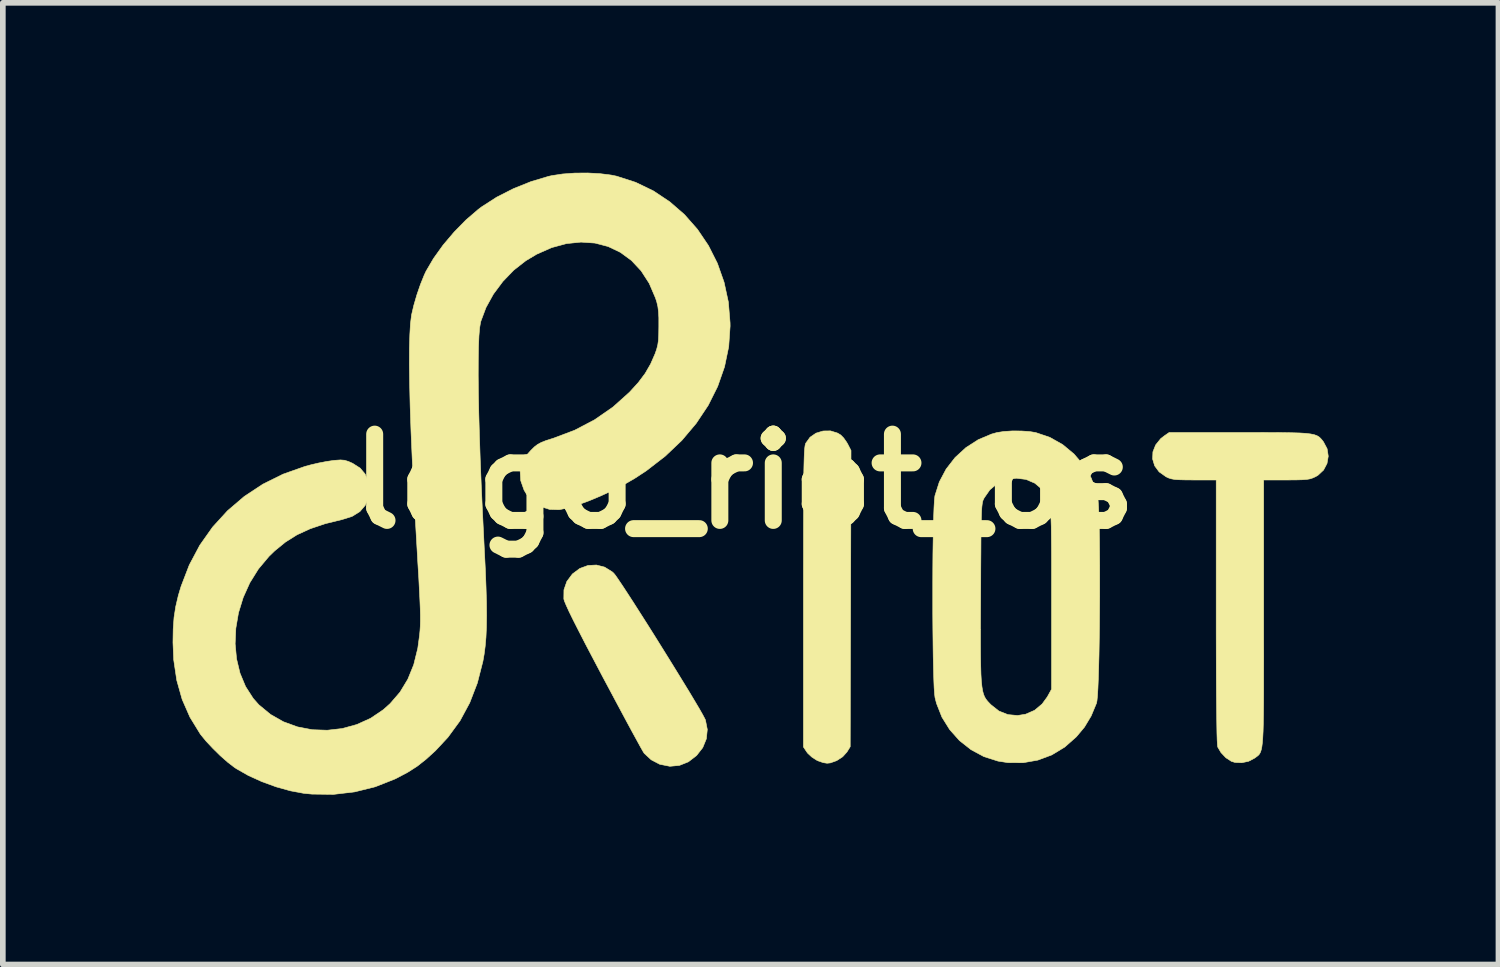
<source format=kicad_pcb>
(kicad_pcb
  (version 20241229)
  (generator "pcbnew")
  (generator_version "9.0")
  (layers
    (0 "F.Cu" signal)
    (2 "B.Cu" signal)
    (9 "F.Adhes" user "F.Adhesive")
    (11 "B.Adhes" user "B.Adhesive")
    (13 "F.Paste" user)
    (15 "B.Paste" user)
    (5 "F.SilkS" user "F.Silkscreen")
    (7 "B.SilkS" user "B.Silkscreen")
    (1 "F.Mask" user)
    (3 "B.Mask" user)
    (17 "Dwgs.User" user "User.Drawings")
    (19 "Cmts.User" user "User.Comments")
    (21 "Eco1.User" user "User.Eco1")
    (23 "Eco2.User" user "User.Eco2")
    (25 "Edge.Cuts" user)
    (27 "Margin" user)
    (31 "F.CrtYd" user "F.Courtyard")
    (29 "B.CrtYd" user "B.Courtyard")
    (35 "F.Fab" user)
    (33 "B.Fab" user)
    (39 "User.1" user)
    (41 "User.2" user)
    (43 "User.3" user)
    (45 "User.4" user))
  (footprint "logo_riot_os"
    (layer "F.Cu")
    (at 10.099 5.452)
    (property "Reference" "logo_riot_os" (at 0 0 0) (layer "F.SilkS") (effects (font (size 1.524 1.524) (thickness 0.3))))
    (attr through_hole)
    (fp_poly (pts (xy 1.644 -0.853) (xy 1.7 -0.819) (xy 1.751 -0.767) (xy 1.804 -0.692) (xy 1.823 -0.659) (xy 1.881 -0.546) (xy 1.874 2.07) (xy 1.867 4.686) (xy 1.809 4.78) (xy 1.733 4.864) (xy 1.628 4.932) (xy 1.516 4.972) (xy 1.458 4.978) (xy 1.39 4.967) (xy 1.305 4.938) (xy 1.269 4.921) (xy 1.188 4.868) (xy 1.117 4.802) (xy 1.099 4.778) (xy 1.041 4.691) (xy 1.041 2.051) (xy 1.041 1.624) (xy 1.042 1.245) (xy 1.042 0.91) (xy 1.043 0.618) (xy 1.044 0.365) (xy 1.045 0.148) (xy 1.046 -0.036) (xy 1.048 -0.19) (xy 1.051 -0.316) (xy 1.054 -0.418) (xy 1.057 -0.498) (xy 1.061 -0.56) (xy 1.066 -0.606) (xy 1.071 -0.639) (xy 1.077 -0.662) (xy 1.083 -0.676) (xy 1.158 -0.78) (xy 1.263 -0.852) (xy 1.387 -0.89) (xy 1.518 -0.892) (xy 1.644 -0.853)) (stroke (width 0.01) (type solid)) (fill yes) (layer "F.SilkS"))
    (fp_poly (pts (xy -2.471 1.514) (xy -2.337 1.597) (xy -2.31 1.621) (xy -2.279 1.659) (xy -2.226 1.736) (xy -2.152 1.846) (xy -2.061 1.985) (xy -1.956 2.147) (xy -1.84 2.329) (xy -1.715 2.525) (xy -1.586 2.73) (xy -1.455 2.94) (xy -1.325 3.149) (xy -1.199 3.353) (xy -1.08 3.547) (xy -0.971 3.725) (xy -0.876 3.884) (xy -0.797 4.017) (xy -0.738 4.121) (xy -0.701 4.191) (xy -0.69 4.214) (xy -0.657 4.382) (xy -0.674 4.547) (xy -0.738 4.703) (xy -0.847 4.842) (xy -0.991 4.953) (xy -1.149 5.016) (xy -1.318 5.032) (xy -1.492 4.997) (xy -1.502 4.994) (xy -1.648 4.917) (xy -1.769 4.805) (xy -1.776 4.796) (xy -1.796 4.763) (xy -1.838 4.689) (xy -1.898 4.579) (xy -1.976 4.437) (xy -2.068 4.267) (xy -2.172 4.073) (xy -2.286 3.86) (xy -2.408 3.631) (xy -2.499 3.461) (xy -2.666 3.144) (xy -2.81 2.87) (xy -2.929 2.638) (xy -3.026 2.447) (xy -3.1 2.296) (xy -3.151 2.184) (xy -3.182 2.109) (xy -3.191 2.076) (xy -3.189 1.916) (xy -3.138 1.768) (xy -3.04 1.636) (xy -3.039 1.635) (xy -2.909 1.538) (xy -2.765 1.485) (xy -2.616 1.477) (xy -2.471 1.514)) (stroke (width 0.01) (type solid)) (fill yes) (layer "F.SilkS"))
    (fp_poly (pts (xy 8.742 -0.864) (xy 9.039 -0.864) (xy 9.289 -0.863) (xy 9.497 -0.862) (xy 9.668 -0.859) (xy 9.805 -0.855) (xy 9.914 -0.848) (xy 9.997 -0.838) (xy 10.061 -0.825) (xy 10.109 -0.808) (xy 10.145 -0.787) (xy 10.174 -0.761) (xy 10.201 -0.73) (xy 10.225 -0.699) (xy 10.29 -0.576) (xy 10.31 -0.445) (xy 10.288 -0.316) (xy 10.227 -0.2) (xy 10.127 -0.107) (xy 10.085 -0.083) (xy 10.037 -0.061) (xy 9.989 -0.045) (xy 9.931 -0.035) (xy 9.852 -0.029) (xy 9.744 -0.026) (xy 9.596 -0.025) (xy 9.57 -0.025) (xy 9.169 -0.025) (xy 9.169 2.325) (xy 9.169 2.732) (xy 9.17 3.091) (xy 9.169 3.405) (xy 9.169 3.678) (xy 9.168 3.912) (xy 9.166 4.111) (xy 9.163 4.278) (xy 9.159 4.416) (xy 9.153 4.529) (xy 9.146 4.618) (xy 9.137 4.688) (xy 9.126 4.741) (xy 9.113 4.781) (xy 9.098 4.81) (xy 9.08 4.833) (xy 9.059 4.851) (xy 9.035 4.869) (xy 9.009 4.888) (xy 9.007 4.889) (xy 8.904 4.943) (xy 8.782 4.969) (xy 8.663 4.964) (xy 8.598 4.944) (xy 8.501 4.88) (xy 8.415 4.789) (xy 8.358 4.692) (xy 8.358 4.691) (xy 8.353 4.654) (xy 8.348 4.571) (xy 8.344 4.442) (xy 8.341 4.266) (xy 8.338 4.043) (xy 8.335 3.773) (xy 8.333 3.454) (xy 8.332 3.085) (xy 8.331 2.667) (xy 8.331 2.297) (xy 8.331 -0.025) (xy 7.943 -0.025) (xy 7.791 -0.026) (xy 7.68 -0.029) (xy 7.599 -0.034) (xy 7.54 -0.045) (xy 7.491 -0.06) (xy 7.444 -0.082) (xy 7.443 -0.083) (xy 7.323 -0.168) (xy 7.244 -0.275) (xy 7.208 -0.395) (xy 7.213 -0.521) (xy 7.261 -0.643) (xy 7.351 -0.755) (xy 7.417 -0.806) (xy 7.501 -0.864) (xy 8.742 -0.864)) (stroke (width 0.01) (type solid)) (fill yes) (layer "F.SilkS"))
    (fp_poly (pts (xy 4.888 -0.89) (xy 5.037 -0.88) (xy 5.144 -0.862) (xy 5.392 -0.778) (xy 5.619 -0.65) (xy 5.819 -0.484) (xy 5.989 -0.286) (xy 6.123 -0.061) (xy 6.216 0.187) (xy 6.237 0.277) (xy 6.246 0.346) (xy 6.253 0.459) (xy 6.26 0.61) (xy 6.265 0.794) (xy 6.269 1.006) (xy 6.271 1.24) (xy 6.273 1.491) (xy 6.273 1.755) (xy 6.273 2.025) (xy 6.271 2.296) (xy 6.269 2.563) (xy 6.265 2.821) (xy 6.261 3.064) (xy 6.255 3.287) (xy 6.249 3.485) (xy 6.242 3.653) (xy 6.234 3.785) (xy 6.225 3.875) (xy 6.217 3.916) (xy 6.122 4.144) (xy 6.004 4.34) (xy 5.86 4.512) (xy 5.655 4.693) (xy 5.427 4.831) (xy 5.18 4.923) (xy 4.919 4.969) (xy 4.651 4.967) (xy 4.477 4.94) (xy 4.228 4.861) (xy 4 4.738) (xy 3.797 4.578) (xy 3.624 4.384) (xy 3.487 4.164) (xy 3.391 3.921) (xy 3.365 3.819) (xy 3.357 3.753) (xy 3.349 3.642) (xy 3.343 3.491) (xy 3.338 3.307) (xy 3.333 3.093) (xy 3.33 2.868) (xy 4.168 2.868) (xy 4.169 3.081) (xy 4.172 3.259) (xy 4.176 3.406) (xy 4.183 3.525) (xy 4.193 3.621) (xy 4.205 3.697) (xy 4.221 3.757) (xy 4.24 3.805) (xy 4.264 3.845) (xy 4.292 3.881) (xy 4.325 3.917) (xy 4.354 3.946) (xy 4.493 4.056) (xy 4.652 4.119) (xy 4.822 4.135) (xy 4.965 4.112) (xy 5.123 4.043) (xy 5.256 3.932) (xy 5.348 3.806) (xy 5.423 3.67) (xy 5.423 2.057) (xy 5.423 1.719) (xy 5.423 1.428) (xy 5.422 1.179) (xy 5.42 0.97) (xy 5.418 0.796) (xy 5.413 0.653) (xy 5.407 0.538) (xy 5.399 0.446) (xy 5.388 0.374) (xy 5.374 0.317) (xy 5.357 0.273) (xy 5.337 0.236) (xy 5.312 0.203) (xy 5.284 0.17) (xy 5.261 0.145) (xy 5.128 0.032) (xy 4.972 -0.035) (xy 4.803 -0.056) (xy 4.624 -0.032) (xy 4.466 0.037) (xy 4.333 0.149) (xy 4.233 0.292) (xy 4.222 0.314) (xy 4.212 0.336) (xy 4.204 0.364) (xy 4.198 0.401) (xy 4.192 0.452) (xy 4.187 0.519) (xy 4.184 0.607) (xy 4.181 0.72) (xy 4.178 0.862) (xy 4.176 1.036) (xy 4.175 1.248) (xy 4.173 1.5) (xy 4.172 1.797) (xy 4.171 1.978) (xy 4.169 2.32) (xy 4.168 2.616) (xy 4.168 2.868) (xy 3.33 2.868) (xy 3.33 2.857) (xy 3.327 2.604) (xy 3.325 2.339) (xy 3.325 2.067) (xy 3.325 1.795) (xy 3.326 1.528) (xy 3.328 1.271) (xy 3.332 1.03) (xy 3.336 0.811) (xy 3.341 0.619) (xy 3.347 0.46) (xy 3.354 0.339) (xy 3.362 0.262) (xy 3.364 0.251) (xy 3.441 0.009) (xy 3.561 -0.217) (xy 3.719 -0.421) (xy 3.91 -0.596) (xy 4.127 -0.736) (xy 4.364 -0.836) (xy 4.457 -0.862) (xy 4.578 -0.881) (xy 4.729 -0.891) (xy 4.888 -0.89)) (stroke (width 0.01) (type solid)) (fill yes) (layer "F.SilkS"))
    (fp_poly (pts (xy -2.552 -5.435) (xy -2.354 -5.41) (xy -2.261 -5.391) (xy -1.923 -5.282) (xy -1.608 -5.13) (xy -1.32 -4.938) (xy -1.06 -4.712) (xy -0.831 -4.452) (xy -0.637 -4.165) (xy -0.479 -3.852) (xy -0.361 -3.518) (xy -0.285 -3.167) (xy -0.255 -2.801) (xy -0.254 -2.743) (xy -0.279 -2.379) (xy -0.353 -2.023) (xy -0.474 -1.677) (xy -0.641 -1.343) (xy -0.853 -1.025) (xy -1.107 -0.724) (xy -1.402 -0.444) (xy -1.736 -0.186) (xy -1.944 -0.05) (xy -2.13 0.057) (xy -2.334 0.162) (xy -2.545 0.259) (xy -2.754 0.346) (xy -2.951 0.417) (xy -3.126 0.47) (xy -3.269 0.499) (xy -3.277 0.5) (xy -3.442 0.495) (xy -3.599 0.445) (xy -3.738 0.353) (xy -3.851 0.224) (xy -3.893 0.154) (xy -3.952 -0.013) (xy -3.962 -0.176) (xy -3.921 -0.334) (xy -3.83 -0.484) (xy -3.772 -0.549) (xy -3.71 -0.61) (xy -3.654 -0.653) (xy -3.589 -0.688) (xy -3.503 -0.722) (xy -3.382 -0.76) (xy -3.379 -0.761) (xy -3.001 -0.903) (xy -2.648 -1.088) (xy -2.323 -1.313) (xy -2.032 -1.574) (xy -1.876 -1.745) (xy -1.755 -1.906) (xy -1.659 -2.072) (xy -1.579 -2.254) (xy -1.551 -2.335) (xy -1.532 -2.409) (xy -1.52 -2.491) (xy -1.515 -2.594) (xy -1.513 -2.733) (xy -1.513 -2.743) (xy -1.513 -2.889) (xy -1.519 -2.998) (xy -1.53 -3.087) (xy -1.549 -3.168) (xy -1.572 -3.239) (xy -1.683 -3.498) (xy -1.826 -3.719) (xy -1.997 -3.902) (xy -2.192 -4.045) (xy -2.408 -4.148) (xy -2.641 -4.209) (xy -2.887 -4.226) (xy -3.144 -4.2) (xy -3.406 -4.129) (xy -3.671 -4.012) (xy -3.863 -3.897) (xy -4.075 -3.731) (xy -4.268 -3.531) (xy -4.435 -3.307) (xy -4.566 -3.07) (xy -4.656 -2.83) (xy -4.662 -2.807) (xy -4.678 -2.713) (xy -4.69 -2.57) (xy -4.698 -2.381) (xy -4.702 -2.148) (xy -4.703 -1.873) (xy -4.7 -1.559) (xy -4.693 -1.206) (xy -4.682 -0.819) (xy -4.668 -0.398) (xy -4.65 0.054) (xy -4.628 0.535) (xy -4.603 1.042) (xy -4.595 1.206) (xy -4.577 1.561) (xy -4.565 1.869) (xy -4.557 2.138) (xy -4.555 2.371) (xy -4.558 2.575) (xy -4.566 2.753) (xy -4.58 2.912) (xy -4.599 3.057) (xy -4.62 3.177) (xy -4.718 3.56) (xy -4.853 3.91) (xy -5.025 4.229) (xy -5.238 4.52) (xy -5.457 4.755) (xy -5.626 4.909) (xy -5.785 5.034) (xy -5.95 5.139) (xy -6.139 5.239) (xy -6.178 5.258) (xy -6.523 5.394) (xy -6.886 5.484) (xy -7.26 5.528) (xy -7.64 5.523) (xy -7.785 5.509) (xy -8.02 5.465) (xy -8.271 5.395) (xy -8.524 5.303) (xy -8.762 5.195) (xy -8.968 5.078) (xy -9.009 5.051) (xy -9.125 4.962) (xy -9.257 4.846) (xy -9.389 4.716) (xy -9.51 4.587) (xy -9.604 4.472) (xy -9.614 4.458) (xy -9.795 4.163) (xy -9.932 3.85) (xy -10.027 3.513) (xy -10.081 3.151) (xy -10.094 2.845) (xy -10.09 2.607) (xy -10.075 2.401) (xy -10.045 2.21) (xy -9.999 2.014) (xy -9.951 1.854) (xy -9.806 1.477) (xy -9.62 1.127) (xy -9.394 0.807) (xy -9.131 0.519) (xy -8.835 0.266) (xy -8.506 0.049) (xy -8.149 -0.128) (xy -7.764 -0.264) (xy -7.653 -0.294) (xy -7.524 -0.324) (xy -7.389 -0.35) (xy -7.271 -0.368) (xy -7.236 -0.372) (xy -7.136 -0.379) (xy -7.063 -0.373) (xy -6.993 -0.351) (xy -6.921 -0.319) (xy -6.788 -0.234) (xy -6.699 -0.128) (xy -6.648 0.007) (xy -6.634 0.113) (xy -6.644 0.28) (xy -6.697 0.421) (xy -6.793 0.533) (xy -6.93 0.618) (xy -7.104 0.673) (xy -7.409 0.748) (xy -7.672 0.837) (xy -7.903 0.943) (xy -8.108 1.072) (xy -8.298 1.227) (xy -8.399 1.325) (xy -8.585 1.547) (xy -8.737 1.791) (xy -8.854 2.051) (xy -8.937 2.321) (xy -8.984 2.595) (xy -8.996 2.869) (xy -8.971 3.135) (xy -8.91 3.388) (xy -8.812 3.623) (xy -8.677 3.833) (xy -8.577 3.946) (xy -8.371 4.116) (xy -8.142 4.246) (xy -7.894 4.336) (xy -7.634 4.386) (xy -7.369 4.395) (xy -7.104 4.365) (xy -6.847 4.294) (xy -6.603 4.184) (xy -6.38 4.033) (xy -6.259 3.925) (xy -6.084 3.722) (xy -5.946 3.494) (xy -5.842 3.238) (xy -5.77 2.947) (xy -5.738 2.711) (xy -5.731 2.634) (xy -5.726 2.554) (xy -5.724 2.466) (xy -5.724 2.364) (xy -5.727 2.242) (xy -5.733 2.095) (xy -5.742 1.917) (xy -5.753 1.702) (xy -5.769 1.445) (xy -5.776 1.321) (xy -5.812 0.7) (xy -5.843 0.125) (xy -5.869 -0.405) (xy -5.89 -0.888) (xy -5.905 -1.324) (xy -5.914 -1.712) (xy -5.919 -2.053) (xy -5.918 -2.345) (xy -5.911 -2.588) (xy -5.9 -2.782) (xy -5.882 -2.926) (xy -5.879 -2.945) (xy -5.84 -3.111) (xy -5.786 -3.296) (xy -5.723 -3.479) (xy -5.657 -3.642) (xy -5.625 -3.711) (xy -5.492 -3.938) (xy -5.323 -4.174) (xy -5.128 -4.404) (xy -4.918 -4.618) (xy -4.703 -4.803) (xy -4.642 -4.849) (xy -4.378 -5.019) (xy -4.081 -5.17) (xy -3.77 -5.295) (xy -3.462 -5.387) (xy -3.404 -5.4) (xy -3.215 -5.429) (xy -2.999 -5.445) (xy -2.772 -5.447) (xy -2.552 -5.435)) (stroke (width 0.01) (type solid)) (fill yes) (layer "F.SilkS")))
  (gr_rect
    (start -3 -3)
    (end 23.415 13.984)
    (stroke (width 0.1) (type default))
    (fill no)
    (layer "Edge.Cuts")))
</source>
